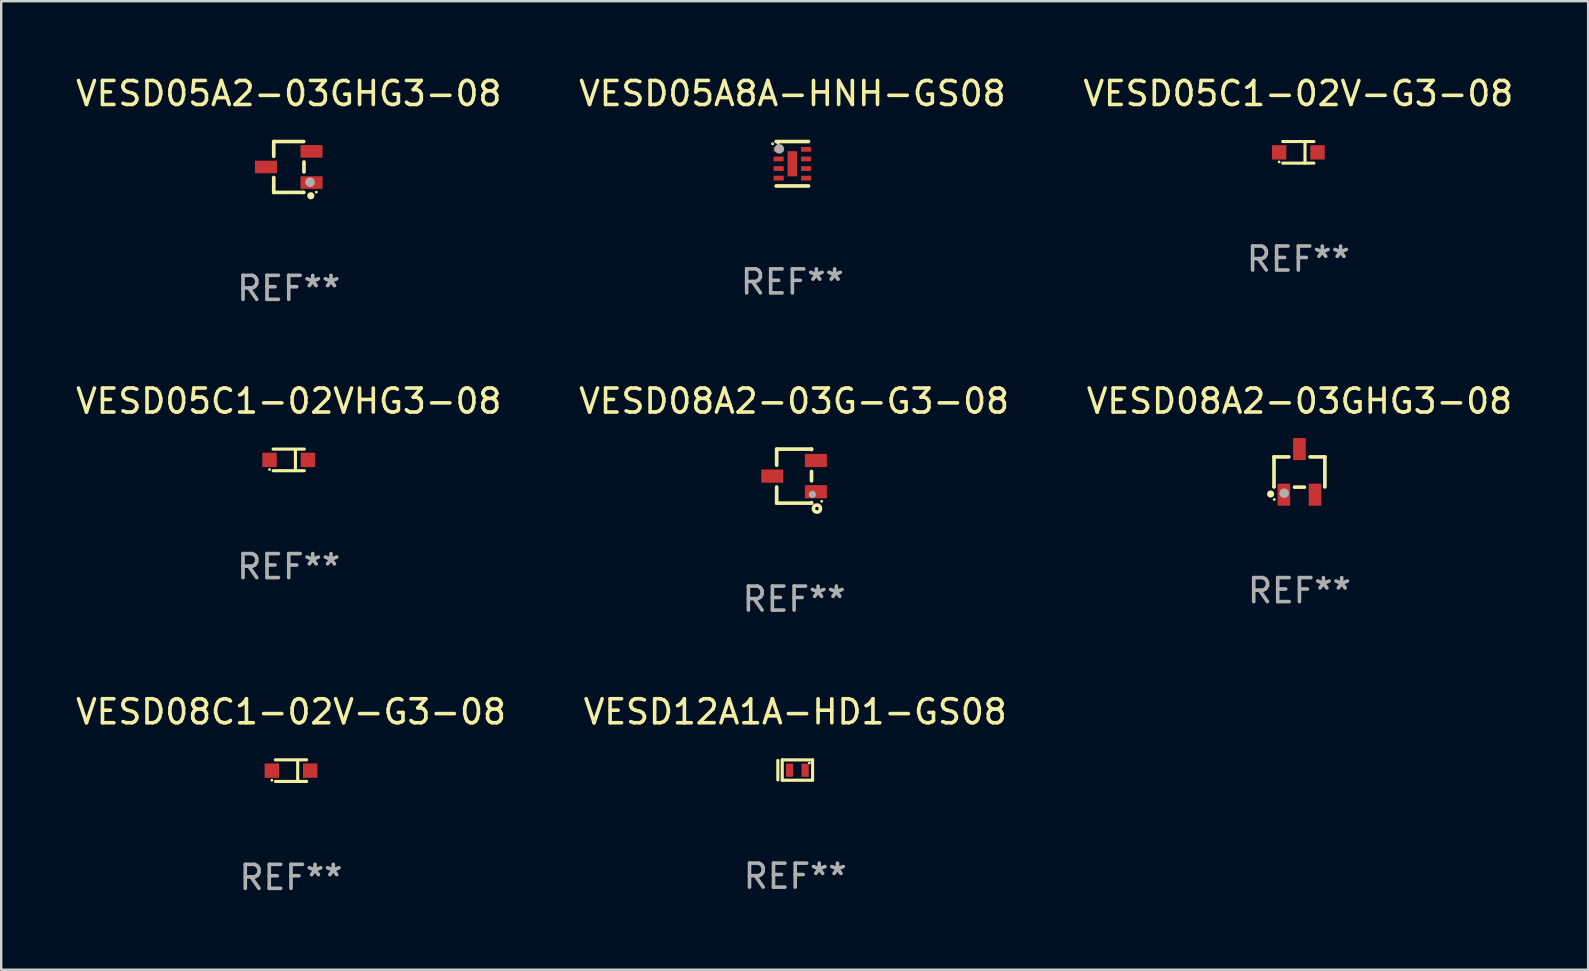
<source format=kicad_pcb>
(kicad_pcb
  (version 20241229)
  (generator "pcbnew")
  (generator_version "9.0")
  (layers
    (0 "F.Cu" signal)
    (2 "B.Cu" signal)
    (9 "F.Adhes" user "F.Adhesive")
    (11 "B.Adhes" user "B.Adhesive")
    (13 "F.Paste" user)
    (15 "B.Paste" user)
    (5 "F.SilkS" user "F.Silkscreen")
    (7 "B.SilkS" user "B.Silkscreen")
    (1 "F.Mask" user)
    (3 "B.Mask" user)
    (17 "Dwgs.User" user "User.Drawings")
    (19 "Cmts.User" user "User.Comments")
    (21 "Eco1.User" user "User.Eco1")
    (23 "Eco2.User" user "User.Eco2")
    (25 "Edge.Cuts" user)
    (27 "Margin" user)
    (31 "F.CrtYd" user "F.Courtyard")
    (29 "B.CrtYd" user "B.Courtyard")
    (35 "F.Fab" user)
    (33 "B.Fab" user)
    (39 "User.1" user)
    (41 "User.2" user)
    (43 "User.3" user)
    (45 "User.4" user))
  (footprint "VESD05C1-02VHG3-08"
    (layer "F.Cu")
    (at 8.982 16.115)
    (property "Reference" "VESD05C1-02VHG3-08" (at 0 -2.45 0) (layer "F.SilkS") (effects (font (size 1 1) (thickness 0.15))))
    (attr through_hole)
    (fp_line (start -0.65 -0.45) (end 0.65 -0.45) (stroke (width 0.13) (type solid)) (layer "F.SilkS"))
    (fp_line (start -0.65 0.45) (end 0.65 0.45) (stroke (width 0.13) (type solid)) (layer "F.SilkS"))
    (fp_line (start 0.279 -0.406) (end 0.279 0.444) (stroke (width 0.13) (type solid)) (layer "F.SilkS"))
    (fp_circle (center -0.8 0.4) (end -0.77 0.4) (stroke (width 0.06) (type solid)) (fill no) (layer "F.SilkS"))
    (fp_text user "REF**" (at 0 4.45 0) (layer "F.Fab") (effects (font (size 1 1) (thickness 0.15))))
    (pad "1" smd rect (at -0.8 0) (size 0.6 0.6) (layers "F.Cu" "F.Mask" "F.Paste"))
    (pad "2" smd rect (at 0.8 0 180) (size 0.6 0.6) (layers "F.Cu" "F.Mask" "F.Paste")))
  (footprint "VESD12A1A-HD1-GS08"
    (layer "F.Cu")
    (at 30.089 29.039)
    (property "Reference" "VESD12A1A-HD1-GS08" (at 0 -2.425 0) (layer "F.SilkS") (effects (font (size 1 1) (thickness 0.15))))
    (attr through_hole)
    (fp_line (start -0.724 -0.4) (end -0.724 0.413) (stroke (width 0.13) (type solid)) (layer "F.SilkS"))
    (fp_line (start -0.541 0.425) (end -0.541 -0.423) (stroke (width 0.13) (type solid)) (layer "F.SilkS"))
    (fp_line (start -0.541 0.425) (end 0.719 0.425) (stroke (width 0.13) (type solid)) (layer "F.SilkS"))
    (fp_line (start 0.719 -0.423) (end -0.541 -0.423) (stroke (width 0.13) (type solid)) (layer "F.SilkS"))
    (fp_line (start 0.724 0.425) (end 0.724 -0.425) (stroke (width 0.13) (type solid)) (layer "F.SilkS"))
    (fp_circle (center 0.589 -0.294) (end 0.619 -0.294) (stroke (width 0.06) (type solid)) (fill no) (layer "F.SilkS"))
    (fp_text user "REF**" (at 0 4.425 0) (layer "F.Fab") (effects (font (size 1 1) (thickness 0.15))))
    (pad "1" smd rect (at 0.414 0.006) (size 0.3 0.55) (layers "F.Cu" "F.Mask" "F.Paste"))
    (pad "2" smd rect (at -0.236 0.006 180) (size 0.3 0.55) (layers "F.Cu" "F.Mask" "F.Paste")))
  (footprint "VESD08C1-02V-G3-08"
    (layer "F.Cu")
    (at 9.077 29.064)
    (property "Reference" "VESD08C1-02V-G3-08" (at 0 -2.45 0) (layer "F.SilkS") (effects (font (size 1 1) (thickness 0.15))))
    (attr through_hole)
    (fp_line (start -0.65 -0.45) (end 0.65 -0.45) (stroke (width 0.13) (type solid)) (layer "F.SilkS"))
    (fp_line (start -0.65 0.45) (end 0.65 0.45) (stroke (width 0.13) (type solid)) (layer "F.SilkS"))
    (fp_line (start 0.279 -0.406) (end 0.279 0.444) (stroke (width 0.13) (type solid)) (layer "F.SilkS"))
    (fp_circle (center -0.8 0.4) (end -0.77 0.4) (stroke (width 0.06) (type solid)) (fill no) (layer "F.SilkS"))
    (fp_text user "REF**" (at 0 4.45 0) (layer "F.Fab") (effects (font (size 1 1) (thickness 0.15))))
    (pad "1" smd rect (at -0.8 0) (size 0.6 0.6) (layers "F.Cu" "F.Mask" "F.Paste"))
    (pad "2" smd rect (at 0.8 0 180) (size 0.6 0.6) (layers "F.Cu" "F.Mask" "F.Paste")))
  (footprint "VESD08A2-03GHG3-08"
    (layer "F.Cu")
    (at 51.101 16.615)
    (property "Reference" "VESD08A2-03GHG3-08" (at 0 -2.95 0) (layer "F.SilkS") (effects (font (size 1 1) (thickness 0.15))))
    (attr through_hole)
    (fp_line (start -1.06 -0.625) (end -1.06 0.615) (stroke (width 0.152) (type solid)) (layer "F.SilkS"))
    (fp_line (start -1.06 0.615) (end -1.06 0.625) (stroke (width 0.152) (type solid)) (layer "F.SilkS"))
    (fp_line (start -0.44 -0.625) (end -1.06 -0.625) (stroke (width 0.152) (type solid)) (layer "F.SilkS"))
    (fp_line (start -0.207 0.635) (end 0.207 0.635) (stroke (width 0.152) (type solid)) (layer "F.SilkS"))
    (fp_line (start 1.06 -0.625) (end 0.443 -0.625) (stroke (width 0.152) (type solid)) (layer "F.SilkS"))
    (fp_line (start 1.06 -0.625) (end 1.06 0.625) (stroke (width 0.152) (type solid)) (layer "F.SilkS"))
    (fp_circle (center -1.2 0.92) (end -1.125 0.92) (stroke (width 0.15) (type solid)) (fill no) (layer "F.SilkS"))
    (fp_circle (center -1.05 1.15) (end -1.02 1.15) (stroke (width 0.06) (type solid)) (fill no) (layer "F.SilkS"))
    (fp_circle (center -0.635 0.889) (end -0.535 0.889) (stroke (width 0.2) (type solid)) (fill no) (layer "F.Fab"))
    (fp_text user "REF**" (at 0 4.95 0) (layer "F.Fab") (effects (font (size 1 1) (thickness 0.15))))
    (pad "1" smd rect (at -0.65 0.95) (size 0.525 0.919) (layers "F.Cu" "F.Mask" "F.Paste"))
    (pad "2" smd rect (at 0.65 0.95) (size 0.525 0.919) (layers "F.Cu" "F.Mask" "F.Paste"))
    (pad "3" smd rect (at 0 -0.95) (size 0.525 0.919) (layers "F.Cu" "F.Mask" "F.Paste")))
  (footprint "VESD05A8A-HNH-GS08"
    (layer "F.Cu")
    (at 29.97 3.774)
    (property "Reference" "VESD05A8A-HNH-GS08" (at 0 -2.926 0) (layer "F.SilkS") (effects (font (size 1 1) (thickness 0.15))))
    (attr through_hole)
    (fp_line (start -0.676 -0.926) (end 0.676 -0.926) (stroke (width 0.152) (type solid)) (layer "F.SilkS"))
    (fp_line (start -0.676 0.926) (end 0.676 0.926) (stroke (width 0.152) (type solid)) (layer "F.SilkS"))
    (fp_circle (center -0.823 -0.834) (end -0.785 -0.834) (stroke (width 0.05) (type solid)) (fill no) (layer "F.SilkS"))
    (fp_circle (center -0.6 -0.85) (end -0.57 -0.85) (stroke (width 0.06) (type solid)) (fill no) (layer "F.SilkS"))
    (fp_circle (center -0.544 -0.62) (end -0.444 -0.62) (stroke (width 0.2) (type solid)) (fill no) (layer "F.Fab"))
    (fp_text user "REF**" (at 0 4.926 0) (layer "F.Fab") (effects (font (size 1 1) (thickness 0.15))))
    (pad "1" smd rect (at -0.572 -0.6) (size 0.42 0.2) (layers "F.Cu" "F.Mask" "F.Paste"))
    (pad "2" smd rect (at -0.572 -0.2) (size 0.42 0.2) (layers "F.Cu" "F.Mask" "F.Paste"))
    (pad "3" smd rect (at -0.572 0.2) (size 0.42 0.2) (layers "F.Cu" "F.Mask" "F.Paste"))
    (pad "4" smd rect (at -0.572 0.6) (size 0.42 0.2) (layers "F.Cu" "F.Mask" "F.Paste"))
    (pad "5" smd rect (at 0.572 0.6) (size 0.42 0.2) (layers "F.Cu" "F.Mask" "F.Paste"))
    (pad "6" smd rect (at 0.572 0.2) (size 0.42 0.2) (layers "F.Cu" "F.Mask" "F.Paste"))
    (pad "7" smd rect (at 0.572 -0.2) (size 0.42 0.2) (layers "F.Cu" "F.Mask" "F.Paste"))
    (pad "8" smd rect (at 0.572 -0.6) (size 0.42 0.2) (layers "F.Cu" "F.Mask" "F.Paste"))
    (pad "9" smd rect (at 0 -0.000013) (size 0.4 1.05) (layers "F.Cu" "F.Mask" "F.Paste")))
  (footprint "VESD05C1-02V-G3-08"
    (layer "F.Cu")
    (at 51.054 3.298)
    (property "Reference" "VESD05C1-02V-G3-08" (at 0 -2.45 0) (layer "F.SilkS") (effects (font (size 1 1) (thickness 0.15))))
    (attr through_hole)
    (fp_line (start -0.65 -0.45) (end 0.65 -0.45) (stroke (width 0.13) (type solid)) (layer "F.SilkS"))
    (fp_line (start -0.65 0.45) (end 0.65 0.45) (stroke (width 0.13) (type solid)) (layer "F.SilkS"))
    (fp_line (start 0.279 -0.406) (end 0.279 0.444) (stroke (width 0.13) (type solid)) (layer "F.SilkS"))
    (fp_circle (center -0.8 0.4) (end -0.77 0.4) (stroke (width 0.06) (type solid)) (fill no) (layer "F.SilkS"))
    (fp_text user "REF**" (at 0 4.45 0) (layer "F.Fab") (effects (font (size 1 1) (thickness 0.15))))
    (pad "1" smd rect (at -0.8 0) (size 0.6 0.6) (layers "F.Cu" "F.Mask" "F.Paste"))
    (pad "2" smd rect (at 0.8 0 180) (size 0.6 0.6) (layers "F.Cu" "F.Mask" "F.Paste")))
  (footprint "VESD08A2-03G-G3-08"
    (layer "F.Cu")
    (at 30.042 16.791)
    (property "Reference" "VESD08A2-03G-G3-08" (at 0 -3.126 0) (layer "F.SilkS") (effects (font (size 1 1) (thickness 0.15))))
    (attr through_hole)
    (fp_line (start -0.726 -0.455) (end -0.726 -1.126) (stroke (width 0.152) (type solid)) (layer "F.SilkS"))
    (fp_line (start -0.726 1.126) (end -0.726 0.455) (stroke (width 0.152) (type solid)) (layer "F.SilkS"))
    (fp_line (start 0.726 -1.126) (end -0.726 -1.126) (stroke (width 0.152) (type solid)) (layer "F.SilkS"))
    (fp_line (start 0.726 -1.126) (end 0.726 -1.105) (stroke (width 0.152) (type solid)) (layer "F.SilkS"))
    (fp_line (start 0.726 -0.195) (end 0.726 0.195) (stroke (width 0.152) (type solid)) (layer "F.SilkS"))
    (fp_line (start 0.726 1.105) (end 0.726 1.126) (stroke (width 0.152) (type solid)) (layer "F.SilkS"))
    (fp_line (start 0.726 1.126) (end -0.726 1.126) (stroke (width 0.152) (type solid)) (layer "F.SilkS"))
    (fp_circle (center 0.953 1.352) (end 1.027 1.352) (stroke (width 0.15) (type solid)) (fill no) (layer "F.SilkS"))
    (fp_circle (center 1.15 1.05) (end 1.18 1.05) (stroke (width 0.06) (type solid)) (fill no) (layer "F.SilkS"))
    (fp_circle (center 0.762 0.762) (end 0.837 0.762) (stroke (width 0.15) (type solid)) (fill no) (layer "F.Fab"))
    (fp_text user "REF**" (at 0 5.126 0) (layer "F.Fab") (effects (font (size 1 1) (thickness 0.15))))
    (pad "1" smd rect (at 0.908 0.65 90) (size 0.55 0.916) (layers "F.Cu" "F.Mask" "F.Paste"))
    (pad "2" smd rect (at 0.908 -0.65 90) (size 0.55 0.916) (layers "F.Cu" "F.Mask" "F.Paste"))
    (pad "3" smd rect (at -0.908 0.000064 90) (size 0.55 0.916) (layers "F.Cu" "F.Mask" "F.Paste")))
  (footprint "VESD05A2-03GHG3-08"
    (layer "F.Cu")
    (at 8.982 3.908)
    (property "Reference" "VESD05A2-03GHG3-08" (at 0 -3.06 0) (layer "F.SilkS") (effects (font (size 1 1) (thickness 0.15))))
    (attr through_hole)
    (fp_line (start -0.625 -1.06) (end -0.625 -0.443) (stroke (width 0.152) (type solid)) (layer "F.SilkS"))
    (fp_line (start -0.625 -1.06) (end 0.625 -1.06) (stroke (width 0.152) (type solid)) (layer "F.SilkS"))
    (fp_line (start -0.625 0.44) (end -0.625 1.06) (stroke (width 0.152) (type solid)) (layer "F.SilkS"))
    (fp_line (start -0.625 1.06) (end 0.615 1.06) (stroke (width 0.152) (type solid)) (layer "F.SilkS"))
    (fp_line (start 0.615 1.06) (end 0.625 1.06) (stroke (width 0.152) (type solid)) (layer "F.SilkS"))
    (fp_line (start 0.635 0.207) (end 0.635 -0.207) (stroke (width 0.152) (type solid)) (layer "F.SilkS"))
    (fp_circle (center 0.92 1.2) (end 0.995 1.2) (stroke (width 0.15) (type solid)) (fill no) (layer "F.SilkS"))
    (fp_circle (center 1.15 1.05) (end 1.18 1.05) (stroke (width 0.06) (type solid)) (fill no) (layer "F.SilkS"))
    (fp_circle (center 0.889 0.635) (end 0.989 0.635) (stroke (width 0.2) (type solid)) (fill no) (layer "F.Fab"))
    (fp_text user "REF**" (at 0 5.06 0) (layer "F.Fab") (effects (font (size 1 1) (thickness 0.15))))
    (pad "1" smd rect (at 0.95 0.65 90) (size 0.525 0.919) (layers "F.Cu" "F.Mask" "F.Paste"))
    (pad "2" smd rect (at 0.95 -0.65 90) (size 0.525 0.919) (layers "F.Cu" "F.Mask" "F.Paste"))
    (pad "3" smd rect (at -0.95 0.000102 90) (size 0.525 0.919) (layers "F.Cu" "F.Mask" "F.Paste")))
  (gr_rect
    (start -3 -3)
    (end 63.131 37.362)
    (stroke (width 0.1) (type default))
    (fill no)
    (layer "Edge.Cuts")))
</source>
